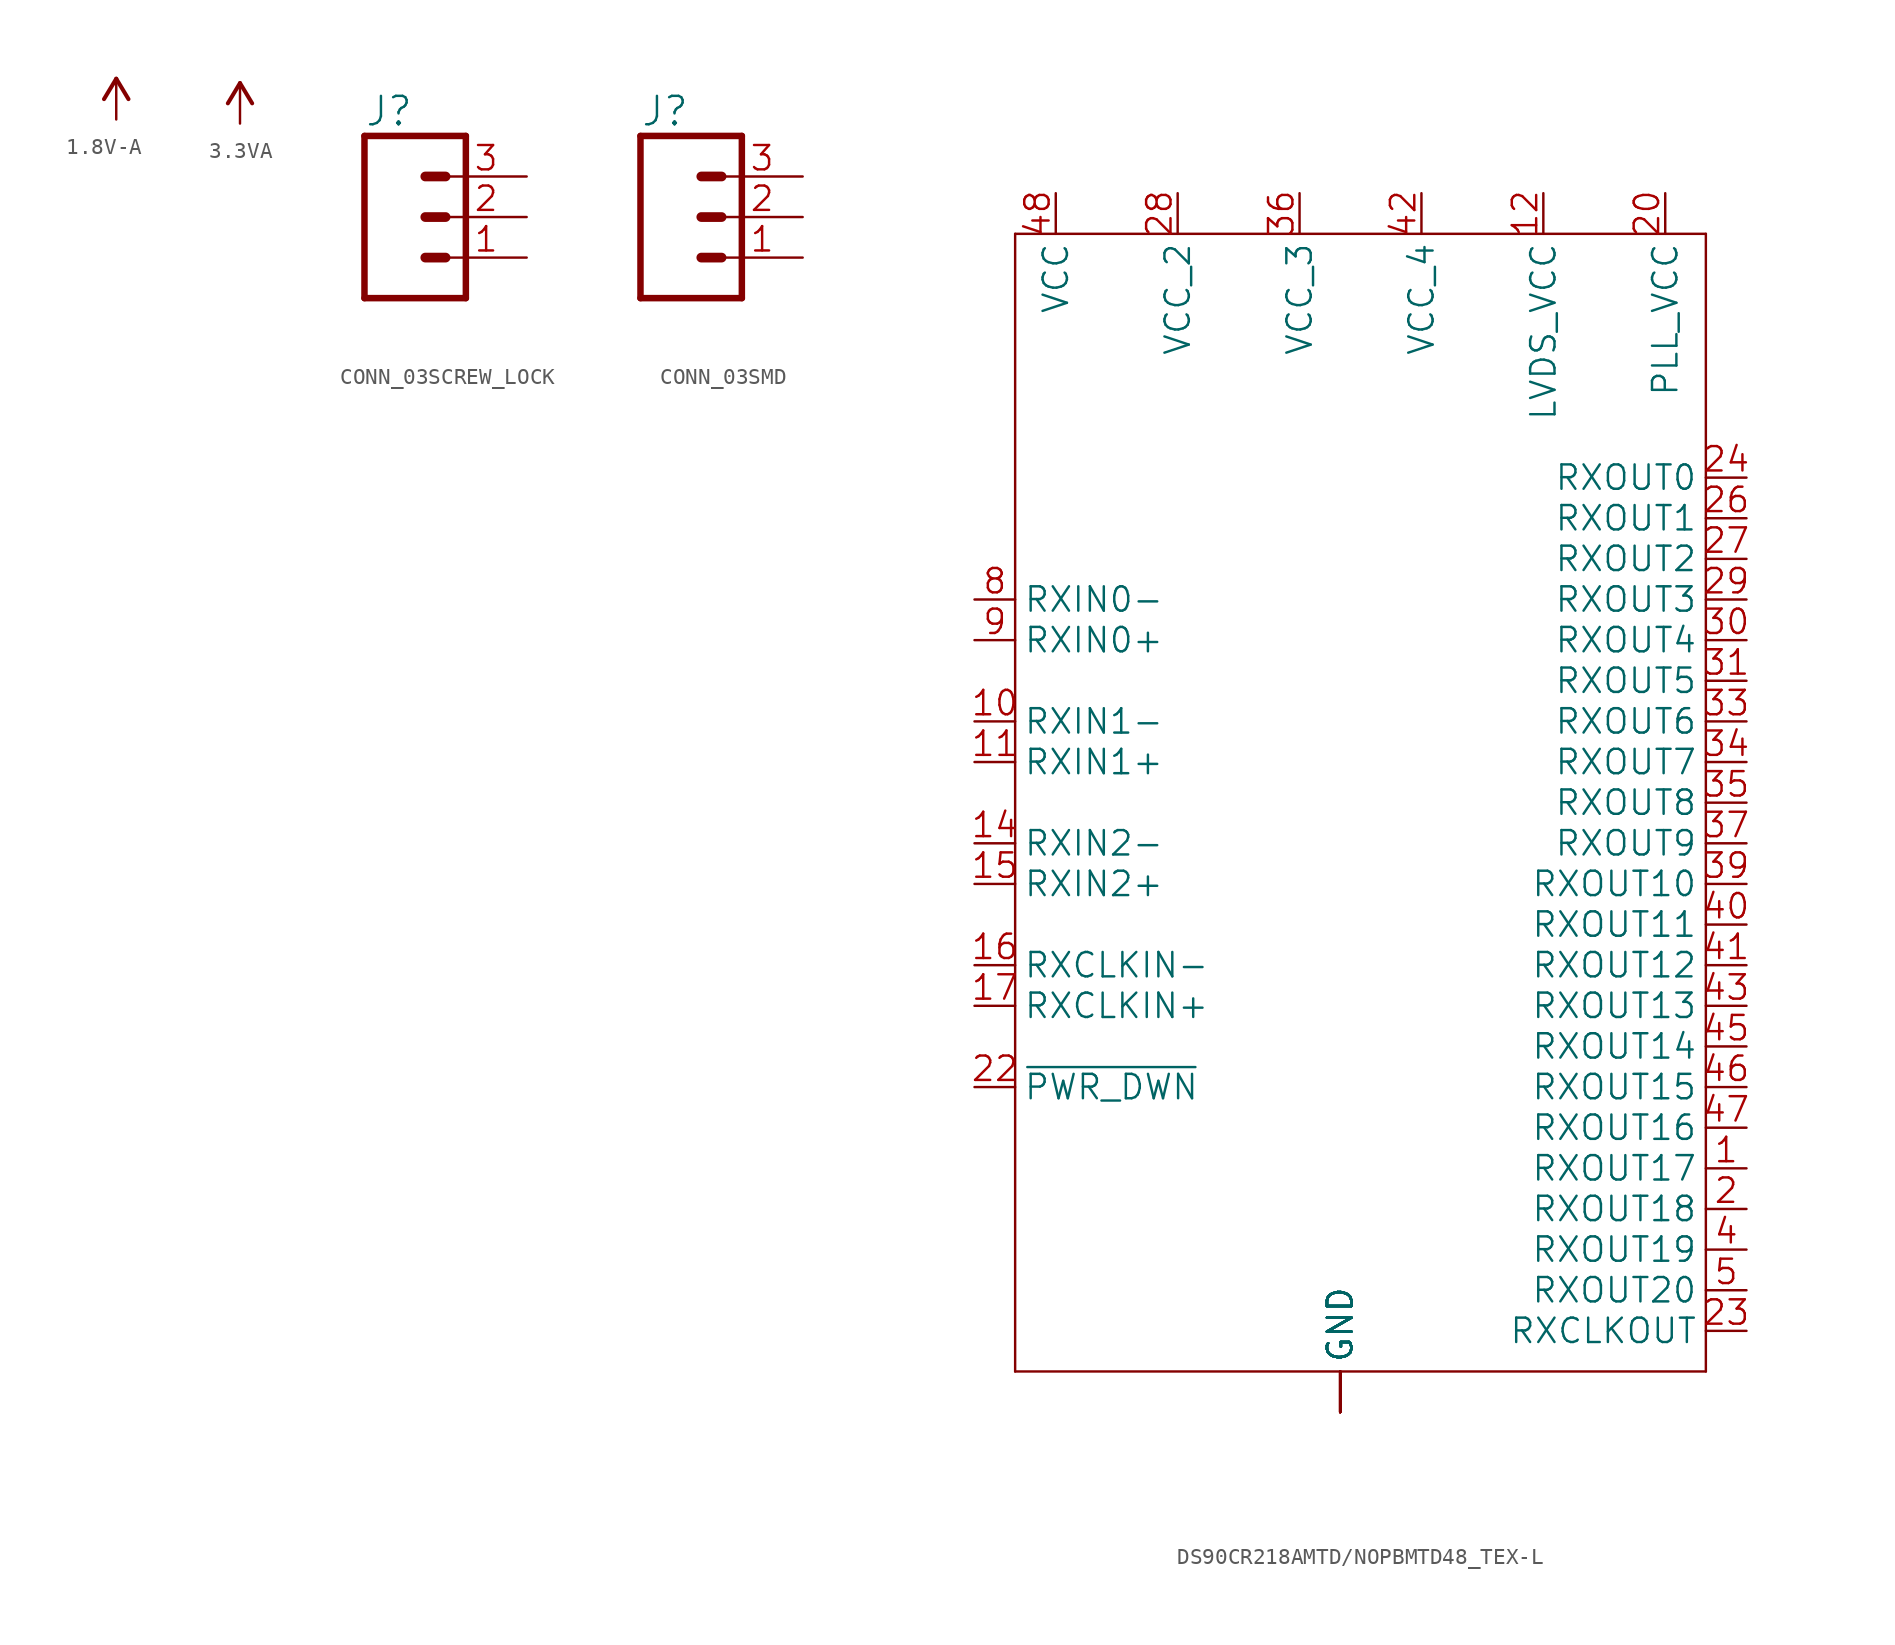
<source format=kicad_sym>
(kicad_symbol_lib
  (version 20241209)
  (generator "kicad_symbol_editor")
  (generator_version "9.0")
  (symbol "1.8V-A"
    (power)
    (property "Reference" "#1.8V-A"
      (at 0 0 0)
      (effects (font (size 1.27 1.27)) (hide yes)))
    (property "Value" ""
      (at -2.54 0 0)
      (effects (font (size 1.778 1.511)) (justify left bottom)))
    (property "ki_locked" ""
      (at 0 0 0)
      (effects (font (size 1.27 1.27))))
    (symbol "1.8V-A_1_0"
      (polyline (pts (xy 0 0) (xy -0.762 -1.27)) (stroke (width 0.254) (type solid)) (fill (type none)))
      (polyline (pts (xy 0.762 -1.27) (xy 0 0)) (stroke (width 0.254) (type solid)) (fill (type none)))
      (pin power_in line (at 0 -2.54 90) (length 2.54) (name "1.8V-A" (effects (font (size 0 0)))) (number "1" (effects (font (size 0 0)))))))
  (symbol "3.3VA"
    (power)
    (property "Reference" "#3.3VA"
      (at 0 0 0)
      (effects (font (size 1.27 1.27)) (hide yes)))
    (property "Value" ""
      (at 0 0.254 0)
      (effects (font (size 1.778 1.511)) (justify bottom)))
    (property "ki_locked" ""
      (at 0 0 0)
      (effects (font (size 1.27 1.27))))
    (symbol "3.3VA_1_0"
      (polyline (pts (xy 0 0) (xy -0.762 -1.27)) (stroke (width 0.254) (type solid)) (fill (type none)))
      (polyline (pts (xy 0.762 -1.27) (xy 0 0)) (stroke (width 0.254) (type solid)) (fill (type none)))
      (pin power_in line (at 0 -2.54 90) (length 2.54) (name "3.3VA" (effects (font (size 0 0)))) (number "1" (effects (font (size 0 0)))))))
  (symbol "CONN_03SCREW_LOCK"
    (property "Reference" "J"
      (at -2.54 5.588 0)
      (effects (font (size 1.778 1.778)) (justify left bottom)))
    (property "Value" ""
      (at -2.54 -7.366 0)
      (effects (font (size 1.778 1.778)) (justify left bottom)))
    (property "ki_locked" ""
      (at 0 0 0)
      (effects (font (size 1.27 1.27))))
    (symbol "CONN_03SCREW_LOCK_1_0"
      (polyline (pts (xy -2.54 5.08) (xy -2.54 -5.08)) (stroke (width 0.406) (type solid)) (fill (type none)))
      (polyline (pts (xy -2.54 5.08) (xy 3.81 5.08)) (stroke (width 0.406) (type solid)) (fill (type none)))
      (polyline (pts (xy 1.27 2.54) (xy 2.54 2.54)) (stroke (width 0.61) (type solid)) (fill (type none)))
      (polyline (pts (xy 1.27 0) (xy 2.54 0)) (stroke (width 0.61) (type solid)) (fill (type none)))
      (polyline (pts (xy 1.27 -2.54) (xy 2.54 -2.54)) (stroke (width 0.61) (type solid)) (fill (type none)))
      (polyline (pts (xy 3.81 -5.08) (xy -2.54 -5.08)) (stroke (width 0.406) (type solid)) (fill (type none)))
      (polyline (pts (xy 3.81 -5.08) (xy 3.81 5.08)) (stroke (width 0.406) (type solid)) (fill (type none)))
      (pin passive line (at 7.62 2.54 180) (length 5.08) (name "3" (effects (font (size 0 0)))) (number "3" (effects (font (size 1.524 1.524)))))
      (pin passive line (at 7.62 0 180) (length 5.08) (name "2" (effects (font (size 0 0)))) (number "2" (effects (font (size 1.524 1.524)))))
      (pin passive line (at 7.62 -2.54 180) (length 5.08) (name "1" (effects (font (size 0 0)))) (number "1" (effects (font (size 1.524 1.524)))))))
  (symbol "CONN_03SMD"
    (property "Reference" "J"
      (at -2.54 5.588 0)
      (effects (font (size 1.778 1.778)) (justify left bottom)))
    (property "Value" ""
      (at -2.54 -7.366 0)
      (effects (font (size 1.778 1.778)) (justify left bottom)))
    (property "ki_locked" ""
      (at 0 0 0)
      (effects (font (size 1.27 1.27))))
    (symbol "CONN_03SMD_1_0"
      (polyline (pts (xy -2.54 5.08) (xy -2.54 -5.08)) (stroke (width 0.406) (type solid)) (fill (type none)))
      (polyline (pts (xy -2.54 5.08) (xy 3.81 5.08)) (stroke (width 0.406) (type solid)) (fill (type none)))
      (polyline (pts (xy 1.27 2.54) (xy 2.54 2.54)) (stroke (width 0.61) (type solid)) (fill (type none)))
      (polyline (pts (xy 1.27 0) (xy 2.54 0)) (stroke (width 0.61) (type solid)) (fill (type none)))
      (polyline (pts (xy 1.27 -2.54) (xy 2.54 -2.54)) (stroke (width 0.61) (type solid)) (fill (type none)))
      (polyline (pts (xy 3.81 -5.08) (xy -2.54 -5.08)) (stroke (width 0.406) (type solid)) (fill (type none)))
      (polyline (pts (xy 3.81 -5.08) (xy 3.81 5.08)) (stroke (width 0.406) (type solid)) (fill (type none)))
      (pin passive line (at 7.62 2.54 180) (length 5.08) (name "3" (effects (font (size 0 0)))) (number "3" (effects (font (size 1.524 1.524)))))
      (pin passive line (at 7.62 0 180) (length 5.08) (name "2" (effects (font (size 0 0)))) (number "2" (effects (font (size 1.524 1.524)))))
      (pin passive line (at 7.62 -2.54 180) (length 5.08) (name "1" (effects (font (size 0 0)))) (number "1" (effects (font (size 1.524 1.524)))))))
  (symbol "DS90CR218AMTD/NOPBMTD48_TEX-L"
    (property "Reference" "U"
      (at -19.964 -39.141 0)
      (effects (font (size 2.083 1.77)) (justify left bottom) (hide yes)))
    (property "ki_locked" ""
      (at 0 0 0)
      (effects (font (size 1.27 1.27))))
    (symbol "DS90CR218AMTD/NOPBMTD48_TEX-L_1_0"
      (polyline (pts (xy -20.32 35.56) (xy -20.32 -35.56)) (stroke (width 0.152) (type solid)) (fill (type none)))
      (polyline (pts (xy -20.32 -35.56) (xy 22.86 -35.56)) (stroke (width 0.152) (type solid)) (fill (type none)))
      (polyline (pts (xy 22.86 35.56) (xy -20.32 35.56)) (stroke (width 0.152) (type solid)) (fill (type none)))
      (polyline (pts (xy 22.86 -35.56) (xy 22.86 35.56)) (stroke (width 0.152) (type solid)) (fill (type none)))
      (pin input line (at -22.86 12.7 0) (length 2.54) (name "RXIN0-" (effects (font (size 1.524 1.524)))) (number "8" (effects (font (size 1.524 1.524)))))
      (pin input line (at -22.86 10.16 0) (length 2.54) (name "RXIN0+" (effects (font (size 1.524 1.524)))) (number "9" (effects (font (size 1.524 1.524)))))
      (pin input line (at -22.86 5.08 0) (length 2.54) (name "RXIN1-" (effects (font (size 1.524 1.524)))) (number "10" (effects (font (size 1.524 1.524)))))
      (pin input line (at -22.86 2.54 0) (length 2.54) (name "RXIN1+" (effects (font (size 1.524 1.524)))) (number "11" (effects (font (size 1.524 1.524)))))
      (pin input line (at -22.86 -2.54 0) (length 2.54) (name "RXIN2-" (effects (font (size 1.524 1.524)))) (number "14" (effects (font (size 1.524 1.524)))))
      (pin input line (at -22.86 -5.08 0) (length 2.54) (name "RXIN2+" (effects (font (size 1.524 1.524)))) (number "15" (effects (font (size 1.524 1.524)))))
      (pin input line (at -22.86 -10.16 0) (length 2.54) (name "RXCLKIN-" (effects (font (size 1.524 1.524)))) (number "16" (effects (font (size 1.524 1.524)))))
      (pin input line (at -22.86 -12.7 0) (length 2.54) (name "RXCLKIN+" (effects (font (size 1.524 1.524)))) (number "17" (effects (font (size 1.524 1.524)))))
      (pin input line (at -22.86 -17.78 0) (length 2.54) (name "~{PWR_DWN}" (effects (font (size 1.524 1.524)))) (number "22" (effects (font (size 1.524 1.524)))))
      (pin power_in line (at -17.78 38.1 270) (length 2.54) (name "VCC" (effects (font (size 1.524 1.524)))) (number "48" (effects (font (size 1.524 1.524)))))
      (pin power_in line (at -10.16 38.1 270) (length 2.54) (name "VCC_2" (effects (font (size 1.524 1.524)))) (number "28" (effects (font (size 1.524 1.524)))))
      (pin power_in line (at -2.54 38.1 270) (length 2.54) (name "VCC_3" (effects (font (size 1.524 1.524)))) (number "36" (effects (font (size 1.524 1.524)))))
      (pin power_in line (at 0 -38.1 90) (length 2.54) (name "GND" (effects (font (size 1.524 1.524)))) (number "13" (effects (font (size 0 0)))))
      (pin power_in line (at 0 -38.1 90) (length 2.54) (name "GND" (effects (font (size 1.524 1.524)))) (number "18" (effects (font (size 0 0)))))
      (pin power_in line (at 0 -38.1 90) (length 2.54) (name "GND" (effects (font (size 1.524 1.524)))) (number "19" (effects (font (size 0 0)))))
      (pin power_in line (at 0 -38.1 90) (length 2.54) (name "GND" (effects (font (size 1.524 1.524)))) (number "21" (effects (font (size 0 0)))))
      (pin power_in line (at 0 -38.1 90) (length 2.54) (name "GND" (effects (font (size 1.524 1.524)))) (number "25" (effects (font (size 0 0)))))
      (pin power_in line (at 0 -38.1 90) (length 2.54) (name "GND" (effects (font (size 1.524 1.524)))) (number "3" (effects (font (size 0 0)))))
      (pin power_in line (at 0 -38.1 90) (length 2.54) (name "GND" (effects (font (size 1.524 1.524)))) (number "32" (effects (font (size 0 0)))))
      (pin power_in line (at 0 -38.1 90) (length 2.54) (name "GND" (effects (font (size 1.524 1.524)))) (number "38" (effects (font (size 0 0)))))
      (pin power_in line (at 0 -38.1 90) (length 2.54) (name "GND" (effects (font (size 1.524 1.524)))) (number "44" (effects (font (size 0 0)))))
      (pin power_in line (at 0 -38.1 90) (length 2.54) (name "GND" (effects (font (size 1.524 1.524)))) (number "7" (effects (font (size 0 0)))))
      (pin power_in line (at 5.08 38.1 270) (length 2.54) (name "VCC_4" (effects (font (size 1.524 1.524)))) (number "42" (effects (font (size 1.524 1.524)))))
      (pin power_in line (at 12.7 38.1 270) (length 2.54) (name "LVDS_VCC" (effects (font (size 1.524 1.524)))) (number "12" (effects (font (size 1.524 1.524)))))
      (pin power_in line (at 20.32 38.1 270) (length 2.54) (name "PLL_VCC" (effects (font (size 1.524 1.524)))) (number "20" (effects (font (size 1.524 1.524)))))
      (pin output line (at 25.4 20.32 180) (length 2.54) (name "RXOUT0" (effects (font (size 1.524 1.524)))) (number "24" (effects (font (size 1.524 1.524)))))
      (pin output line (at 25.4 17.78 180) (length 2.54) (name "RXOUT1" (effects (font (size 1.524 1.524)))) (number "26" (effects (font (size 1.524 1.524)))))
      (pin output line (at 25.4 15.24 180) (length 2.54) (name "RXOUT2" (effects (font (size 1.524 1.524)))) (number "27" (effects (font (size 1.524 1.524)))))
      (pin output line (at 25.4 12.7 180) (length 2.54) (name "RXOUT3" (effects (font (size 1.524 1.524)))) (number "29" (effects (font (size 1.524 1.524)))))
      (pin output line (at 25.4 10.16 180) (length 2.54) (name "RXOUT4" (effects (font (size 1.524 1.524)))) (number "30" (effects (font (size 1.524 1.524)))))
      (pin output line (at 25.4 7.62 180) (length 2.54) (name "RXOUT5" (effects (font (size 1.524 1.524)))) (number "31" (effects (font (size 1.524 1.524)))))
      (pin output line (at 25.4 5.08 180) (length 2.54) (name "RXOUT6" (effects (font (size 1.524 1.524)))) (number "33" (effects (font (size 1.524 1.524)))))
      (pin output line (at 25.4 2.54 180) (length 2.54) (name "RXOUT7" (effects (font (size 1.524 1.524)))) (number "34" (effects (font (size 1.524 1.524)))))
      (pin output line (at 25.4 0 180) (length 2.54) (name "RXOUT8" (effects (font (size 1.524 1.524)))) (number "35" (effects (font (size 1.524 1.524)))))
      (pin output line (at 25.4 -2.54 180) (length 2.54) (name "RXOUT9" (effects (font (size 1.524 1.524)))) (number "37" (effects (font (size 1.524 1.524)))))
      (pin output line (at 25.4 -5.08 180) (length 2.54) (name "RXOUT10" (effects (font (size 1.524 1.524)))) (number "39" (effects (font (size 1.524 1.524)))))
      (pin output line (at 25.4 -7.62 180) (length 2.54) (name "RXOUT11" (effects (font (size 1.524 1.524)))) (number "40" (effects (font (size 1.524 1.524)))))
      (pin output line (at 25.4 -10.16 180) (length 2.54) (name "RXOUT12" (effects (font (size 1.524 1.524)))) (number "41" (effects (font (size 1.524 1.524)))))
      (pin output line (at 25.4 -12.7 180) (length 2.54) (name "RXOUT13" (effects (font (size 1.524 1.524)))) (number "43" (effects (font (size 1.524 1.524)))))
      (pin output line (at 25.4 -15.24 180) (length 2.54) (name "RXOUT14" (effects (font (size 1.524 1.524)))) (number "45" (effects (font (size 1.524 1.524)))))
      (pin output line (at 25.4 -17.78 180) (length 2.54) (name "RXOUT15" (effects (font (size 1.524 1.524)))) (number "46" (effects (font (size 1.524 1.524)))))
      (pin output line (at 25.4 -20.32 180) (length 2.54) (name "RXOUT16" (effects (font (size 1.524 1.524)))) (number "47" (effects (font (size 1.524 1.524)))))
      (pin output line (at 25.4 -22.86 180) (length 2.54) (name "RXOUT17" (effects (font (size 1.524 1.524)))) (number "1" (effects (font (size 1.524 1.524)))))
      (pin output line (at 25.4 -25.4 180) (length 2.54) (name "RXOUT18" (effects (font (size 1.524 1.524)))) (number "2" (effects (font (size 1.524 1.524)))))
      (pin output line (at 25.4 -27.94 180) (length 2.54) (name "RXOUT19" (effects (font (size 1.524 1.524)))) (number "4" (effects (font (size 1.524 1.524)))))
      (pin output line (at 25.4 -30.48 180) (length 2.54) (name "RXOUT20" (effects (font (size 1.524 1.524)))) (number "5" (effects (font (size 1.524 1.524)))))
      (pin output line (at 25.4 -33.02 180) (length 2.54) (name "RXCLKOUT" (effects (font (size 1.524 1.524)))) (number "23" (effects (font (size 1.524 1.524))))))))
</source>
